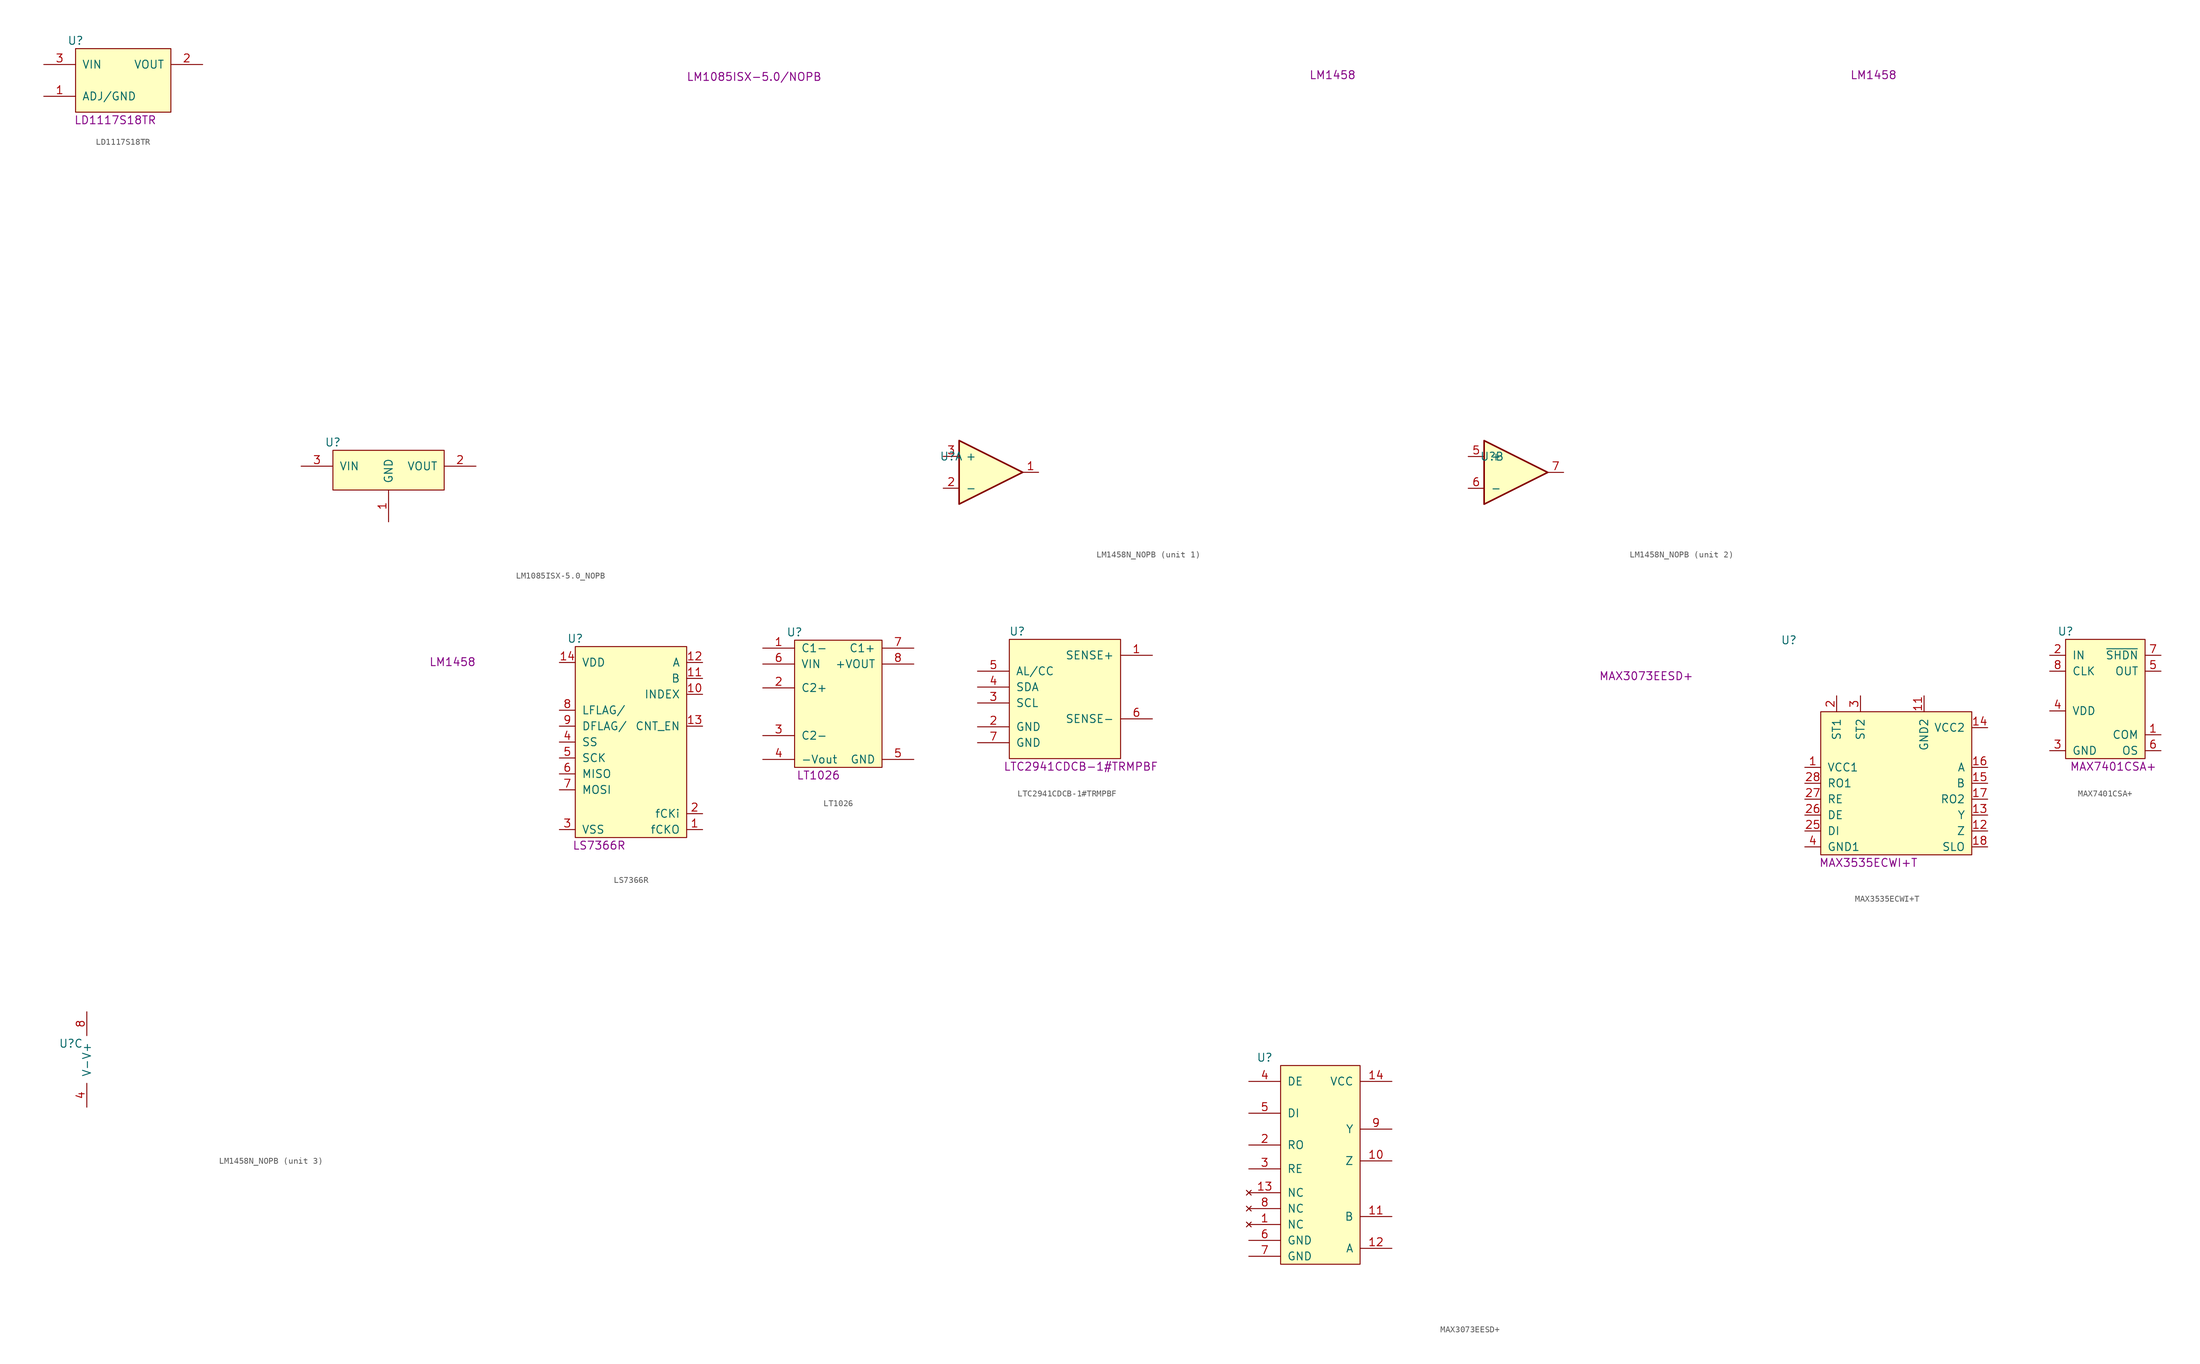
<source format=kicad_sym>
(kicad_symbol_lib
  (version 20220914)
  (generator kicad_symbol_editor)
  (symbol "LD1117S18TR"
    (pin_names
      (offset 1.016))
    (property "Reference" "U"
      (at 5.08 1.27 0)
      (effects (font (size 1.27 1.27))))
    (property "_Value_" "LD1117S18TR"
      (at 11.43 -11.43 0)
      (effects (font (size 1.27 1.27))))
    (symbol "LD1117S18TR_0_1"
      (rectangle (start 5.08 0) (end 20.32 -10.16) (stroke (width 0) (type default)) (fill (type background))))
    (symbol "LD1117S18TR_1_1"
      (pin passive line (at 0 -7.62 0) (length 5.08) (name "ADJ/GND" (effects (font (size 1.27 1.27)))) (number "1" (effects (font (size 1.27 1.27)))))
      (pin power_out line (at 25.4 -2.54 180) (length 5.08) (name "VOUT" (effects (font (size 1.27 1.27)))) (number "2" (effects (font (size 1.27 1.27)))))
      (pin power_in line (at 0 -2.54 0) (length 5.08) (name "VIN" (effects (font (size 1.27 1.27)))) (number "3" (effects (font (size 1.27 1.27)))))))
  (symbol "LM1085ISX-5.0_NOPB"
    (pin_names
      (offset 1.016))
    (property "Reference" "U"
      (at -8.89 5.08 0)
      (effects (font (size 1.27 1.27))))
    (property "_Value_" "LM1085ISX-5.0/NOPB"
      (at 58.42 63.5 0)
      (effects (font (size 1.27 1.27))))
    (symbol "LM1085ISX-5.0_NOPB_0_1"
      (rectangle (start -8.89 3.81) (end 8.89 -2.54) (stroke (width 0) (type default)) (fill (type background))))
    (symbol "LM1085ISX-5.0_NOPB_1_1"
      (pin passive line (at 0 -7.62 90) (length 5.08) (name "GND" (effects (font (size 1.27 1.27)))) (number "1" (effects (font (size 1.27 1.27)))))
      (pin power_out line (at 13.97 1.27 180) (length 5.08) (name "VOUT" (effects (font (size 1.27 1.27)))) (number "2" (effects (font (size 1.27 1.27)))))
      (pin input line (at -13.97 1.27 0) (length 5.08) (name "VIN" (effects (font (size 1.27 1.27)))) (number "3" (effects (font (size 1.27 1.27)))))))
  (symbol "LM1458N_NOPB"
    (pin_names
      (offset 1.016))
    (property "Reference" "U"
      (at -2.54 2.54 0)
      (effects (font (size 1.27 1.27))))
    (property "_Value_" "LM1458"
      (at 58.42 63.5 0)
      (effects (font (size 1.27 1.27))))
    (property "ki_locked" ""
      (at 0 0 0)
      (effects (font (size 1.27 1.27))))
    (symbol "LM1458N_NOPB_1_1"
      (polyline (pts (xy -1.27 5.08) (xy 8.89 0) (xy -1.27 -5.08) (xy -1.27 5.08)) (stroke (width 0.254) (type default)) (fill (type background)))
      (pin output line (at 11.43 0 180) (length 2.54) (name "~" (effects (font (size 1.27 1.27)))) (number "1" (effects (font (size 1.27 1.27)))))
      (pin input line (at -3.81 -2.54 0) (length 2.54) (name "-" (effects (font (size 1.27 1.27)))) (number "2" (effects (font (size 1.27 1.27)))))
      (pin input line (at -3.81 2.54 0) (length 2.54) (name "+" (effects (font (size 1.27 1.27)))) (number "3" (effects (font (size 1.27 1.27))))))
    (symbol "LM1458N_NOPB_2_1"
      (polyline (pts (xy -3.81 5.08) (xy 6.35 0) (xy -3.81 -5.08) (xy -3.81 5.08)) (stroke (width 0.254) (type default)) (fill (type background)))
      (pin input line (at -6.35 2.54 0) (length 2.54) (name "+" (effects (font (size 1.27 1.27)))) (number "5" (effects (font (size 1.27 1.27)))))
      (pin input line (at -6.35 -2.54 0) (length 2.54) (name "-" (effects (font (size 1.27 1.27)))) (number "6" (effects (font (size 1.27 1.27)))))
      (pin output line (at 8.89 0 180) (length 2.54) (name "~" (effects (font (size 1.27 1.27)))) (number "7" (effects (font (size 1.27 1.27))))))
    (symbol "LM1458N_NOPB_3_1"
      (pin power_in line (at 0 -7.62 90) (length 3.81) (name "V-" (effects (font (size 1.27 1.27)))) (number "4" (effects (font (size 1.27 1.27)))))
      (pin power_in line (at 0 7.62 270) (length 3.81) (name "V+" (effects (font (size 1.27 1.27)))) (number "8" (effects (font (size 1.27 1.27)))))))
  (symbol "LS7366R"
    (pin_names
      (offset 1.016))
    (property "Reference" "U"
      (at 0 31.75 0)
      (effects (font (size 1.27 1.27))))
    (property "_Value_" "LS7366R"
      (at 3.81 -1.27 0)
      (effects (font (size 1.27 1.27))))
    (symbol "LS7366R_1_1"
      (rectangle (start 0 30.48) (end 17.78 0) (stroke (width 0) (type default)) (fill (type background)))
      (pin output line (at 20.32 1.27 180) (length 2.54) (name "fCKO" (effects (font (size 1.27 1.27)))) (number "1" (effects (font (size 1.27 1.27)))))
      (pin input line (at 20.32 22.86 180) (length 2.54) (name "INDEX" (effects (font (size 1.27 1.27)))) (number "10" (effects (font (size 1.27 1.27)))))
      (pin input line (at 20.32 25.4 180) (length 2.54) (name "B" (effects (font (size 1.27 1.27)))) (number "11" (effects (font (size 1.27 1.27)))))
      (pin input line (at 20.32 27.94 180) (length 2.54) (name "A" (effects (font (size 1.27 1.27)))) (number "12" (effects (font (size 1.27 1.27)))))
      (pin input line (at 20.32 17.78 180) (length 2.54) (name "CNT_EN" (effects (font (size 1.27 1.27)))) (number "13" (effects (font (size 1.27 1.27)))))
      (pin power_in line (at -2.54 27.94 0) (length 2.54) (name "VDD" (effects (font (size 1.27 1.27)))) (number "14" (effects (font (size 1.27 1.27)))))
      (pin input line (at 20.32 3.81 180) (length 2.54) (name "fCKi" (effects (font (size 1.27 1.27)))) (number "2" (effects (font (size 1.27 1.27)))))
      (pin passive line (at -2.54 1.27 0) (length 2.54) (name "VSS" (effects (font (size 1.27 1.27)))) (number "3" (effects (font (size 1.27 1.27)))))
      (pin input line (at -2.54 15.24 0) (length 2.54) (name "SS" (effects (font (size 1.27 1.27)))) (number "4" (effects (font (size 1.27 1.27)))))
      (pin input line (at -2.54 12.7 0) (length 2.54) (name "SCK" (effects (font (size 1.27 1.27)))) (number "5" (effects (font (size 1.27 1.27)))))
      (pin output line (at -2.54 10.16 0) (length 2.54) (name "MISO" (effects (font (size 1.27 1.27)))) (number "6" (effects (font (size 1.27 1.27)))))
      (pin input line (at -2.54 7.62 0) (length 2.54) (name "MOSI" (effects (font (size 1.27 1.27)))) (number "7" (effects (font (size 1.27 1.27)))))
      (pin output line (at -2.54 20.32 0) (length 2.54) (name "LFLAG/" (effects (font (size 1.27 1.27)))) (number "8" (effects (font (size 1.27 1.27)))))
      (pin output line (at -2.54 17.78 0) (length 2.54) (name "DFLAG/" (effects (font (size 1.27 1.27)))) (number "9" (effects (font (size 1.27 1.27)))))))
  (symbol "LT1026"
    (pin_names
      (offset 1.016))
    (property "Reference" "U"
      (at 0 1.27 0)
      (effects (font (size 1.27 1.27))))
    (property "_Value_" "LT1026"
      (at 3.81 -21.59 0)
      (effects (font (size 1.27 1.27))))
    (symbol "LT1026_0_1"
      (rectangle (start 0 0) (end 13.97 -20.32) (stroke (width 0) (type default)) (fill (type background))))
    (symbol "LT1026_1_1"
      (pin input line (at -5.08 -1.27 0) (length 5.08) (name "C1-" (effects (font (size 1.27 1.27)))) (number "1" (effects (font (size 1.27 1.27)))))
      (pin input line (at -5.08 -7.62 0) (length 5.08) (name "C2+" (effects (font (size 1.27 1.27)))) (number "2" (effects (font (size 1.27 1.27)))))
      (pin input line (at -5.08 -15.24 0) (length 5.08) (name "C2-" (effects (font (size 1.27 1.27)))) (number "3" (effects (font (size 1.27 1.27)))))
      (pin input line (at -5.08 -19.05 0) (length 5.08) (name "-Vout" (effects (font (size 1.27 1.27)))) (number "4" (effects (font (size 1.27 1.27)))))
      (pin input line (at 19.05 -19.05 180) (length 5.08) (name "GND" (effects (font (size 1.27 1.27)))) (number "5" (effects (font (size 1.27 1.27)))))
      (pin input line (at -5.08 -3.81 0) (length 5.08) (name "VIN" (effects (font (size 1.27 1.27)))) (number "6" (effects (font (size 1.27 1.27)))))
      (pin input line (at 19.05 -1.27 180) (length 5.08) (name "C1+" (effects (font (size 1.27 1.27)))) (number "7" (effects (font (size 1.27 1.27)))))
      (pin input line (at 19.05 -3.81 180) (length 5.08) (name "+VOUT" (effects (font (size 1.27 1.27)))) (number "8" (effects (font (size 1.27 1.27)))))))
  (symbol "LTC2941CDCB-1#TRMPBF"
    (pin_names
      (offset 1.016))
    (property "Reference" "U"
      (at 1.27 1.27 0)
      (effects (font (size 1.27 1.27))))
    (property "_Value_" "LTC2941CDCB-1#TRMPBF"
      (at 11.43 -20.32 0)
      (effects (font (size 1.27 1.27))))
    (symbol "LTC2941CDCB-1#TRMPBF_0_1"
      (rectangle (start 0 0) (end 17.78 -19.05) (stroke (width 0) (type default)) (fill (type background))))
    (symbol "LTC2941CDCB-1#TRMPBF_1_1"
      (pin input line (at 22.86 -2.54 180) (length 5.08) (name "SENSE+" (effects (font (size 1.27 1.27)))) (number "1" (effects (font (size 1.27 1.27)))))
      (pin passive line (at -5.08 -13.97 0) (length 5.08) (name "GND" (effects (font (size 1.27 1.27)))) (number "2" (effects (font (size 1.27 1.27)))))
      (pin input line (at -5.08 -10.16 0) (length 5.08) (name "SCL" (effects (font (size 1.27 1.27)))) (number "3" (effects (font (size 1.27 1.27)))))
      (pin bidirectional line (at -5.08 -7.62 0) (length 5.08) (name "SDA" (effects (font (size 1.27 1.27)))) (number "4" (effects (font (size 1.27 1.27)))))
      (pin output line (at -5.08 -5.08 0) (length 5.08) (name "AL/CC" (effects (font (size 1.27 1.27)))) (number "5" (effects (font (size 1.27 1.27)))))
      (pin input line (at 22.86 -12.7 180) (length 5.08) (name "SENSE-" (effects (font (size 1.27 1.27)))) (number "6" (effects (font (size 1.27 1.27)))))
      (pin passive line (at -5.08 -16.51 0) (length 5.08) (name "GND" (effects (font (size 1.27 1.27)))) (number "7" (effects (font (size 1.27 1.27)))))))
  (symbol "MAX3073EESD+"
    (pin_names
      (offset 1.016))
    (property "Reference" "U"
      (at -2.54 2.54 0)
      (effects (font (size 1.27 1.27))))
    (property "_Value_" "MAX3073EESD+"
      (at 58.42 63.5 0)
      (effects (font (size 1.27 1.27))))
    (symbol "MAX3073EESD+_0_1"
      (rectangle (start 0 1.27) (end 12.7 -30.48) (stroke (width 0) (type default)) (fill (type background))))
    (symbol "MAX3073EESD+_1_1"
      (pin no_connect line (at -5.08 -24.13 0) (length 5.08) (name "NC" (effects (font (size 1.27 1.27)))) (number "1" (effects (font (size 1.27 1.27)))))
      (pin output line (at 17.78 -13.97 180) (length 5.08) (name "Z" (effects (font (size 1.27 1.27)))) (number "10" (effects (font (size 1.27 1.27)))))
      (pin output line (at 17.78 -22.86 180) (length 5.08) (name "B" (effects (font (size 1.27 1.27)))) (number "11" (effects (font (size 1.27 1.27)))))
      (pin output line (at 17.78 -27.94 180) (length 5.08) (name "A" (effects (font (size 1.27 1.27)))) (number "12" (effects (font (size 1.27 1.27)))))
      (pin no_connect line (at -5.08 -19.05 0) (length 5.08) (name "NC" (effects (font (size 1.27 1.27)))) (number "13" (effects (font (size 1.27 1.27)))))
      (pin power_in line (at 17.78 -1.27 180) (length 5.08) (name "VCC" (effects (font (size 1.27 1.27)))) (number "14" (effects (font (size 1.27 1.27)))))
      (pin output line (at -5.08 -11.43 0) (length 5.08) (name "RO" (effects (font (size 1.27 1.27)))) (number "2" (effects (font (size 1.27 1.27)))))
      (pin input line (at -5.08 -15.24 0) (length 5.08) (name "RE" (effects (font (size 1.27 1.27)))) (number "3" (effects (font (size 1.27 1.27)))))
      (pin input line (at -5.08 -1.27 0) (length 5.08) (name "DE" (effects (font (size 1.27 1.27)))) (number "4" (effects (font (size 1.27 1.27)))))
      (pin input line (at -5.08 -6.35 0) (length 5.08) (name "DI" (effects (font (size 1.27 1.27)))) (number "5" (effects (font (size 1.27 1.27)))))
      (pin passive line (at -5.08 -26.67 0) (length 5.08) (name "GND" (effects (font (size 1.27 1.27)))) (number "6" (effects (font (size 1.27 1.27)))))
      (pin passive line (at -5.08 -29.21 0) (length 5.08) (name "GND" (effects (font (size 1.27 1.27)))) (number "7" (effects (font (size 1.27 1.27)))))
      (pin no_connect line (at -5.08 -21.59 0) (length 5.08) (name "NC" (effects (font (size 1.27 1.27)))) (number "8" (effects (font (size 1.27 1.27)))))
      (pin output line (at 17.78 -8.89 180) (length 5.08) (name "Y" (effects (font (size 1.27 1.27)))) (number "9" (effects (font (size 1.27 1.27)))))))
  (symbol "MAX3535ECWI+T"
    (pin_names
      (offset 1.016))
    (property "Reference" "U"
      (at -5.08 34.29 0)
      (effects (font (size 1.27 1.27))))
    (property "_Value_" "MAX3535ECWI+T"
      (at 7.62 -1.27 0)
      (effects (font (size 1.27 1.27))))
    (symbol "MAX3535ECWI+T_1_1"
      (rectangle (start 0 22.86) (end 24.13 0) (stroke (width 0) (type default)) (fill (type background)))
      (pin power_in line (at -2.54 13.97 0) (length 2.54) (name "VCC1" (effects (font (size 1.27 1.27)))) (number "1" (effects (font (size 1.27 1.27)))))
      (pin passive line (at 16.51 25.4 270) (length 2.54) (name "GND2" (effects (font (size 1.27 1.27)))) (number "11" (effects (font (size 1.27 1.27)))))
      (pin output line (at 26.67 3.81 180) (length 2.54) (name "Z" (effects (font (size 1.27 1.27)))) (number "12" (effects (font (size 1.27 1.27)))))
      (pin output line (at 26.67 6.35 180) (length 2.54) (name "Y" (effects (font (size 1.27 1.27)))) (number "13" (effects (font (size 1.27 1.27)))))
      (pin power_in line (at 26.67 20.32 180) (length 2.54) (name "VCC2" (effects (font (size 1.27 1.27)))) (number "14" (effects (font (size 1.27 1.27)))))
      (pin input line (at 26.67 11.43 180) (length 2.54) (name "B" (effects (font (size 1.27 1.27)))) (number "15" (effects (font (size 1.27 1.27)))))
      (pin input line (at 26.67 13.97 180) (length 2.54) (name "A" (effects (font (size 1.27 1.27)))) (number "16" (effects (font (size 1.27 1.27)))))
      (pin output line (at 26.67 8.89 180) (length 2.54) (name "RO2" (effects (font (size 1.27 1.27)))) (number "17" (effects (font (size 1.27 1.27)))))
      (pin input line (at 26.67 1.27 180) (length 2.54) (name "SLO" (effects (font (size 1.27 1.27)))) (number "18" (effects (font (size 1.27 1.27)))))
      (pin output line (at 2.54 25.4 270) (length 2.54) (name "ST1" (effects (font (size 1.27 1.27)))) (number "2" (effects (font (size 1.27 1.27)))))
      (pin input line (at -2.54 3.81 0) (length 2.54) (name "DI" (effects (font (size 1.27 1.27)))) (number "25" (effects (font (size 1.27 1.27)))))
      (pin input line (at -2.54 6.35 0) (length 2.54) (name "DE" (effects (font (size 1.27 1.27)))) (number "26" (effects (font (size 1.27 1.27)))))
      (pin output line (at -2.54 8.89 0) (length 2.54) (name "RE" (effects (font (size 1.27 1.27)))) (number "27" (effects (font (size 1.27 1.27)))))
      (pin output line (at -2.54 11.43 0) (length 2.54) (name "RO1" (effects (font (size 1.27 1.27)))) (number "28" (effects (font (size 1.27 1.27)))))
      (pin output line (at 6.35 25.4 270) (length 2.54) (name "ST2" (effects (font (size 1.27 1.27)))) (number "3" (effects (font (size 1.27 1.27)))))
      (pin passive line (at -2.54 1.27 0) (length 2.54) (name "GND1" (effects (font (size 1.27 1.27)))) (number "4" (effects (font (size 1.27 1.27)))))))
  (symbol "MAX7401CSA+"
    (pin_names
      (offset 1.016))
    (property "Reference" "U"
      (at 0 20.32 0)
      (effects (font (size 1.27 1.27))))
    (property "_Value_" "MAX7401CSA+"
      (at 7.62 -1.27 0)
      (effects (font (size 1.27 1.27))))
    (symbol "MAX7401CSA+_1_1"
      (rectangle (start 0 19.05) (end 12.7 0) (stroke (width 0) (type default)) (fill (type background)))
      (pin input line (at 15.24 3.81 180) (length 2.54) (name "COM" (effects (font (size 1.27 1.27)))) (number "1" (effects (font (size 1.27 1.27)))))
      (pin input line (at -2.54 16.51 0) (length 2.54) (name "IN" (effects (font (size 1.27 1.27)))) (number "2" (effects (font (size 1.27 1.27)))))
      (pin passive line (at -2.54 1.27 0) (length 2.54) (name "GND" (effects (font (size 1.27 1.27)))) (number "3" (effects (font (size 1.27 1.27)))))
      (pin power_in line (at -2.54 7.62 0) (length 2.54) (name "VDD" (effects (font (size 1.27 1.27)))) (number "4" (effects (font (size 1.27 1.27)))))
      (pin output line (at 15.24 13.97 180) (length 2.54) (name "OUT" (effects (font (size 1.27 1.27)))) (number "5" (effects (font (size 1.27 1.27)))))
      (pin input line (at 15.24 1.27 180) (length 2.54) (name "OS" (effects (font (size 1.27 1.27)))) (number "6" (effects (font (size 1.27 1.27)))))
      (pin input line (at 15.24 16.51 180) (length 2.54) (name "~{SHDN}" (effects (font (size 1.27 1.27)))) (number "7" (effects (font (size 1.27 1.27)))))
      (pin input line (at -2.54 13.97 0) (length 2.54) (name "CLK" (effects (font (size 1.27 1.27)))) (number "8" (effects (font (size 1.27 1.27))))))))
</source>
